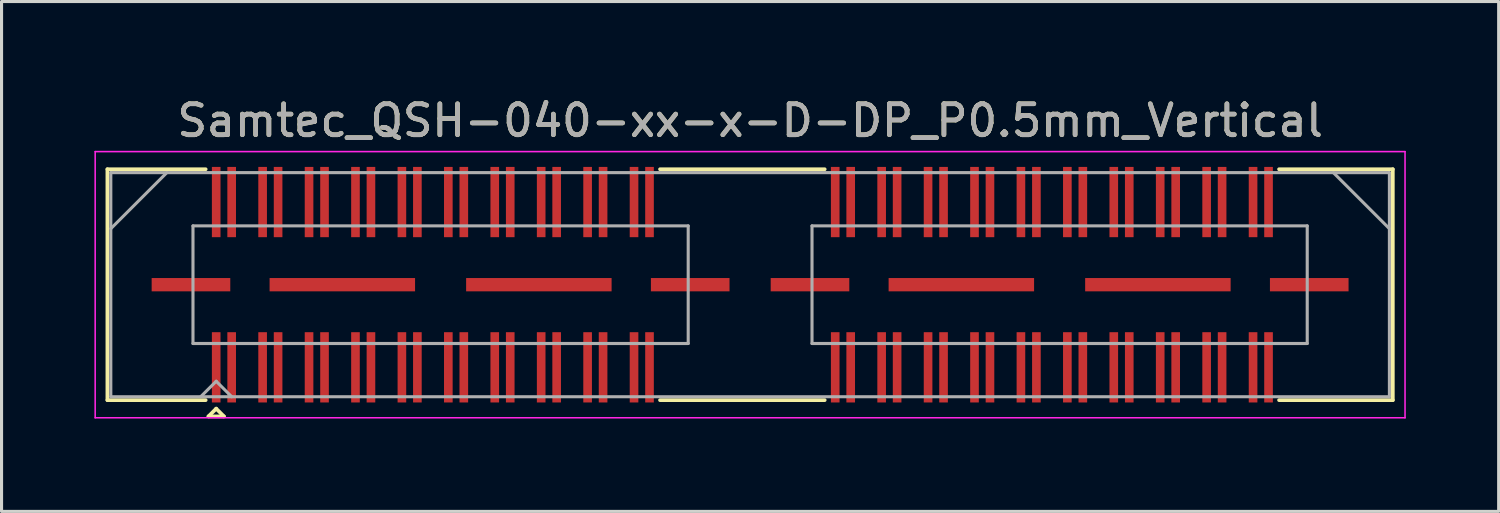
<source format=kicad_pcb>
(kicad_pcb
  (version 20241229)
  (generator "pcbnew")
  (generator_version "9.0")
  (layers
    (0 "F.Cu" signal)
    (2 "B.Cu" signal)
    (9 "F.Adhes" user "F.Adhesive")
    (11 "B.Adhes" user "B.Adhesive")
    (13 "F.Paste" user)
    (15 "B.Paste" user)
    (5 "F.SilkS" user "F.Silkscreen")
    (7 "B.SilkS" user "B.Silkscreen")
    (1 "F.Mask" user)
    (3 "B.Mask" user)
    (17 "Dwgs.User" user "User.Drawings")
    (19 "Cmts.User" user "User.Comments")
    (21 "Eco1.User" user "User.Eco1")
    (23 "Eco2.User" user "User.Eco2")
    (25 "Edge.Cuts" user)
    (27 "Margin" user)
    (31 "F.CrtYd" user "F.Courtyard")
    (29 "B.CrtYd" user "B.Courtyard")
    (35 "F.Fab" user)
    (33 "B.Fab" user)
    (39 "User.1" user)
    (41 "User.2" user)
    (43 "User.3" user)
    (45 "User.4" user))
  (footprint "Samtec_QSH-040-xx-x-D-DP_P0.5mm_Vertical"
    (layer "F.Cu")
    (at 21.185 6.148)
    (property "Reference" "Samtec_QSH-040-xx-x-D-DP_P0.5mm_Vertical" (at 0 -5.3 0) (layer "F.SilkS") (effects (font (size 1 1) (thickness 0.15))))
    (attr smd)
    (fp_line (start -20.765 -3.73) (end -17.59 -3.73) (stroke (width 0.12) (type solid)) (layer "F.SilkS"))
    (fp_line (start -20.765 3.73) (end -20.765 -3.73) (stroke (width 0.12) (type solid)) (layer "F.SilkS"))
    (fp_line (start -17.59 3.73) (end -20.765 3.73) (stroke (width 0.12) (type solid)) (layer "F.SilkS"))
    (fp_line (start -17.5 4.255) (end -17.25 4.005) (stroke (width 0.12) (type solid)) (layer "F.SilkS"))
    (fp_line (start -17.25 4.005) (end -17 4.255) (stroke (width 0.12) (type solid)) (layer "F.SilkS"))
    (fp_line (start -17 4.255) (end -17.5 4.255) (stroke (width 0.12) (type solid)) (layer "F.SilkS"))
    (fp_line (start -2.91 -3.73) (end 2.41 -3.73) (stroke (width 0.12) (type solid)) (layer "F.SilkS"))
    (fp_line (start -2.91 3.73) (end 2.41 3.73) (stroke (width 0.12) (type solid)) (layer "F.SilkS"))
    (fp_line (start 17.09 3.73) (end 20.765 3.73) (stroke (width 0.12) (type solid)) (layer "F.SilkS"))
    (fp_line (start 20.765 -3.73) (end 17.09 -3.73) (stroke (width 0.12) (type solid)) (layer "F.SilkS"))
    (fp_line (start 20.765 3.73) (end 20.765 -3.73) (stroke (width 0.12) (type solid)) (layer "F.SilkS"))
    (fp_line (start -21.16 -4.3) (end -21.16 4.3) (stroke (width 0.05) (type solid)) (layer "F.CrtYd"))
    (fp_line (start -21.16 4.3) (end 21.16 4.3) (stroke (width 0.05) (type solid)) (layer "F.CrtYd"))
    (fp_line (start 21.16 -4.3) (end -21.16 -4.3) (stroke (width 0.05) (type solid)) (layer "F.CrtYd"))
    (fp_line (start 21.16 4.3) (end 21.16 -4.3) (stroke (width 0.05) (type solid)) (layer "F.CrtYd"))
    (fp_line (start -20.655 -3.62) (end -20.655 3.62) (stroke (width 0.1) (type solid)) (layer "F.Fab"))
    (fp_line (start -20.655 -1.81) (end -18.845 -3.62) (stroke (width 0.1) (type solid)) (layer "F.Fab"))
    (fp_line (start -20.655 3.62) (end 20.655 3.62) (stroke (width 0.1) (type solid)) (layer "F.Fab"))
    (fp_line (start -18 -1.9) (end -18 1.9) (stroke (width 0.1) (type solid)) (layer "F.Fab"))
    (fp_line (start -18 1.9) (end -2 1.9) (stroke (width 0.1) (type solid)) (layer "F.Fab"))
    (fp_line (start -17.75 3.62) (end -17.25 3.12) (stroke (width 0.1) (type solid)) (layer "F.Fab"))
    (fp_line (start -17.25 3.12) (end -16.75 3.62) (stroke (width 0.1) (type solid)) (layer "F.Fab"))
    (fp_line (start -2 -1.9) (end -18 -1.9) (stroke (width 0.1) (type solid)) (layer "F.Fab"))
    (fp_line (start -2 1.9) (end -2 -1.9) (stroke (width 0.1) (type solid)) (layer "F.Fab"))
    (fp_line (start 2 -1.9) (end 2 1.9) (stroke (width 0.1) (type solid)) (layer "F.Fab"))
    (fp_line (start 2 1.9) (end 18 1.9) (stroke (width 0.1) (type solid)) (layer "F.Fab"))
    (fp_line (start 18 -1.9) (end 2 -1.9) (stroke (width 0.1) (type solid)) (layer "F.Fab"))
    (fp_line (start 18 1.9) (end 18 -1.9) (stroke (width 0.1) (type solid)) (layer "F.Fab"))
    (fp_line (start 20.655 -3.62) (end -20.655 -3.62) (stroke (width 0.1) (type solid)) (layer "F.Fab"))
    (fp_line (start 20.655 -1.81) (end 18.845 -3.62) (stroke (width 0.1) (type solid)) (layer "F.Fab"))
    (fp_line (start 20.655 3.62) (end 20.655 -3.62) (stroke (width 0.1) (type solid)) (layer "F.Fab"))
    (fp_text user "${REFERENCE}" (at 0 -5.3 0) (layer "F.Fab") (effects (font (size 1 1) (thickness 0.15))))
    (pad "1" smd rect (at -17.25 2.67) (size 0.279 2.27) (layers "F.Cu" "F.Mask" "F.Paste"))
    (pad "2" smd rect (at -17.25 -2.67) (size 0.279 2.27) (layers "F.Cu" "F.Mask" "F.Paste"))
    (pad "3" smd rect (at -16.75 2.67) (size 0.279 2.27) (layers "F.Cu" "F.Mask" "F.Paste"))
    (pad "4" smd rect (at -16.75 -2.67) (size 0.279 2.27) (layers "F.Cu" "F.Mask" "F.Paste"))
    (pad "5" smd rect (at -15.75 2.67) (size 0.279 2.27) (layers "F.Cu" "F.Mask" "F.Paste"))
    (pad "6" smd rect (at -15.75 -2.67) (size 0.279 2.27) (layers "F.Cu" "F.Mask" "F.Paste"))
    (pad "7" smd rect (at -15.25 2.67) (size 0.279 2.27) (layers "F.Cu" "F.Mask" "F.Paste"))
    (pad "8" smd rect (at -15.25 -2.67) (size 0.279 2.27) (layers "F.Cu" "F.Mask" "F.Paste"))
    (pad "9" smd rect (at -14.25 2.67) (size 0.279 2.27) (layers "F.Cu" "F.Mask" "F.Paste"))
    (pad "10" smd rect (at -14.25 -2.67) (size 0.279 2.27) (layers "F.Cu" "F.Mask" "F.Paste"))
    (pad "11" smd rect (at -13.75 2.67) (size 0.279 2.27) (layers "F.Cu" "F.Mask" "F.Paste"))
    (pad "12" smd rect (at -13.75 -2.67) (size 0.279 2.27) (layers "F.Cu" "F.Mask" "F.Paste"))
    (pad "13" smd rect (at -12.75 2.67) (size 0.279 2.27) (layers "F.Cu" "F.Mask" "F.Paste"))
    (pad "14" smd rect (at -12.75 -2.67) (size 0.279 2.27) (layers "F.Cu" "F.Mask" "F.Paste"))
    (pad "15" smd rect (at -12.25 2.67) (size 0.279 2.27) (layers "F.Cu" "F.Mask" "F.Paste"))
    (pad "16" smd rect (at -12.25 -2.67) (size 0.279 2.27) (layers "F.Cu" "F.Mask" "F.Paste"))
    (pad "17" smd rect (at -11.25 2.67) (size 0.279 2.27) (layers "F.Cu" "F.Mask" "F.Paste"))
    (pad "18" smd rect (at -11.25 -2.67) (size 0.279 2.27) (layers "F.Cu" "F.Mask" "F.Paste"))
    (pad "19" smd rect (at -10.75 2.67) (size 0.279 2.27) (layers "F.Cu" "F.Mask" "F.Paste"))
    (pad "20" smd rect (at -10.75 -2.67) (size 0.279 2.27) (layers "F.Cu" "F.Mask" "F.Paste"))
    (pad "21" smd rect (at -9.75 2.67) (size 0.279 2.27) (layers "F.Cu" "F.Mask" "F.Paste"))
    (pad "22" smd rect (at -9.75 -2.67) (size 0.279 2.27) (layers "F.Cu" "F.Mask" "F.Paste"))
    (pad "23" smd rect (at -9.25 2.67) (size 0.279 2.27) (layers "F.Cu" "F.Mask" "F.Paste"))
    (pad "24" smd rect (at -9.25 -2.67) (size 0.279 2.27) (layers "F.Cu" "F.Mask" "F.Paste"))
    (pad "25" smd rect (at -8.25 2.67) (size 0.279 2.27) (layers "F.Cu" "F.Mask" "F.Paste"))
    (pad "26" smd rect (at -8.25 -2.67) (size 0.279 2.27) (layers "F.Cu" "F.Mask" "F.Paste"))
    (pad "27" smd rect (at -7.75 2.67) (size 0.279 2.27) (layers "F.Cu" "F.Mask" "F.Paste"))
    (pad "28" smd rect (at -7.75 -2.67) (size 0.279 2.27) (layers "F.Cu" "F.Mask" "F.Paste"))
    (pad "29" smd rect (at -6.75 2.67) (size 0.279 2.27) (layers "F.Cu" "F.Mask" "F.Paste"))
    (pad "30" smd rect (at -6.75 -2.67) (size 0.279 2.27) (layers "F.Cu" "F.Mask" "F.Paste"))
    (pad "31" smd rect (at -6.25 2.67) (size 0.279 2.27) (layers "F.Cu" "F.Mask" "F.Paste"))
    (pad "32" smd rect (at -6.25 -2.67) (size 0.279 2.27) (layers "F.Cu" "F.Mask" "F.Paste"))
    (pad "33" smd rect (at -5.25 2.67) (size 0.279 2.27) (layers "F.Cu" "F.Mask" "F.Paste"))
    (pad "34" smd rect (at -5.25 -2.67) (size 0.279 2.27) (layers "F.Cu" "F.Mask" "F.Paste"))
    (pad "35" smd rect (at -4.75 2.67) (size 0.279 2.27) (layers "F.Cu" "F.Mask" "F.Paste"))
    (pad "36" smd rect (at -4.75 -2.67) (size 0.279 2.27) (layers "F.Cu" "F.Mask" "F.Paste"))
    (pad "37" smd rect (at -3.75 2.67) (size 0.279 2.27) (layers "F.Cu" "F.Mask" "F.Paste"))
    (pad "38" smd rect (at -3.75 -2.67) (size 0.279 2.27) (layers "F.Cu" "F.Mask" "F.Paste"))
    (pad "39" smd rect (at -3.25 2.67) (size 0.279 2.27) (layers "F.Cu" "F.Mask" "F.Paste"))
    (pad "40" smd rect (at -3.25 -2.67) (size 0.279 2.27) (layers "F.Cu" "F.Mask" "F.Paste"))
    (pad "41" smd rect (at 2.75 2.67) (size 0.279 2.27) (layers "F.Cu" "F.Mask" "F.Paste"))
    (pad "42" smd rect (at 2.75 -2.67) (size 0.279 2.27) (layers "F.Cu" "F.Mask" "F.Paste"))
    (pad "43" smd rect (at 3.25 2.67) (size 0.279 2.27) (layers "F.Cu" "F.Mask" "F.Paste"))
    (pad "44" smd rect (at 3.25 -2.67) (size 0.279 2.27) (layers "F.Cu" "F.Mask" "F.Paste"))
    (pad "45" smd rect (at 4.25 2.67) (size 0.279 2.27) (layers "F.Cu" "F.Mask" "F.Paste"))
    (pad "46" smd rect (at 4.25 -2.67) (size 0.279 2.27) (layers "F.Cu" "F.Mask" "F.Paste"))
    (pad "47" smd rect (at 4.75 2.67) (size 0.279 2.27) (layers "F.Cu" "F.Mask" "F.Paste"))
    (pad "48" smd rect (at 4.75 -2.67) (size 0.279 2.27) (layers "F.Cu" "F.Mask" "F.Paste"))
    (pad "49" smd rect (at 5.75 2.67) (size 0.279 2.27) (layers "F.Cu" "F.Mask" "F.Paste"))
    (pad "50" smd rect (at 5.75 -2.67) (size 0.279 2.27) (layers "F.Cu" "F.Mask" "F.Paste"))
    (pad "51" smd rect (at 6.25 2.67) (size 0.279 2.27) (layers "F.Cu" "F.Mask" "F.Paste"))
    (pad "52" smd rect (at 6.25 -2.67) (size 0.279 2.27) (layers "F.Cu" "F.Mask" "F.Paste"))
    (pad "53" smd rect (at 7.25 2.67) (size 0.279 2.27) (layers "F.Cu" "F.Mask" "F.Paste"))
    (pad "54" smd rect (at 7.25 -2.67) (size 0.279 2.27) (layers "F.Cu" "F.Mask" "F.Paste"))
    (pad "55" smd rect (at 7.75 2.67) (size 0.279 2.27) (layers "F.Cu" "F.Mask" "F.Paste"))
    (pad "56" smd rect (at 7.75 -2.67) (size 0.279 2.27) (layers "F.Cu" "F.Mask" "F.Paste"))
    (pad "57" smd rect (at 8.75 2.67) (size 0.279 2.27) (layers "F.Cu" "F.Mask" "F.Paste"))
    (pad "58" smd rect (at 8.75 -2.67) (size 0.279 2.27) (layers "F.Cu" "F.Mask" "F.Paste"))
    (pad "59" smd rect (at 9.25 2.67) (size 0.279 2.27) (layers "F.Cu" "F.Mask" "F.Paste"))
    (pad "60" smd rect (at 9.25 -2.67) (size 0.279 2.27) (layers "F.Cu" "F.Mask" "F.Paste"))
    (pad "61" smd rect (at 10.25 2.67) (size 0.279 2.27) (layers "F.Cu" "F.Mask" "F.Paste"))
    (pad "62" smd rect (at 10.25 -2.67) (size 0.279 2.27) (layers "F.Cu" "F.Mask" "F.Paste"))
    (pad "63" smd rect (at 10.75 2.67) (size 0.279 2.27) (layers "F.Cu" "F.Mask" "F.Paste"))
    (pad "64" smd rect (at 10.75 -2.67) (size 0.279 2.27) (layers "F.Cu" "F.Mask" "F.Paste"))
    (pad "65" smd rect (at 11.75 2.67) (size 0.279 2.27) (layers "F.Cu" "F.Mask" "F.Paste"))
    (pad "66" smd rect (at 11.75 -2.67) (size 0.279 2.27) (layers "F.Cu" "F.Mask" "F.Paste"))
    (pad "67" smd rect (at 12.25 2.67) (size 0.279 2.27) (layers "F.Cu" "F.Mask" "F.Paste"))
    (pad "68" smd rect (at 12.25 -2.67) (size 0.279 2.27) (layers "F.Cu" "F.Mask" "F.Paste"))
    (pad "69" smd rect (at 13.25 2.67) (size 0.279 2.27) (layers "F.Cu" "F.Mask" "F.Paste"))
    (pad "70" smd rect (at 13.25 -2.67) (size 0.279 2.27) (layers "F.Cu" "F.Mask" "F.Paste"))
    (pad "71" smd rect (at 13.75 2.67) (size 0.279 2.27) (layers "F.Cu" "F.Mask" "F.Paste"))
    (pad "72" smd rect (at 13.75 -2.67) (size 0.279 2.27) (layers "F.Cu" "F.Mask" "F.Paste"))
    (pad "73" smd rect (at 14.75 2.67) (size 0.279 2.27) (layers "F.Cu" "F.Mask" "F.Paste"))
    (pad "74" smd rect (at 14.75 -2.67) (size 0.279 2.27) (layers "F.Cu" "F.Mask" "F.Paste"))
    (pad "75" smd rect (at 15.25 2.67) (size 0.279 2.27) (layers "F.Cu" "F.Mask" "F.Paste"))
    (pad "76" smd rect (at 15.25 -2.67) (size 0.279 2.27) (layers "F.Cu" "F.Mask" "F.Paste"))
    (pad "77" smd rect (at 16.25 2.67) (size 0.279 2.27) (layers "F.Cu" "F.Mask" "F.Paste"))
    (pad "78" smd rect (at 16.25 -2.67) (size 0.279 2.27) (layers "F.Cu" "F.Mask" "F.Paste"))
    (pad "79" smd rect (at 16.75 2.67) (size 0.279 2.27) (layers "F.Cu" "F.Mask" "F.Paste"))
    (pad "80" smd rect (at 16.75 -2.67) (size 0.279 2.27) (layers "F.Cu" "F.Mask" "F.Paste"))
    (pad "P1" smd rect (at -18.065 0) (size 2.54 0.43) (layers "F.Cu" "F.Mask" "F.Paste"))
    (pad "P1" smd rect (at -13.175 0) (size 4.7 0.43) (layers "F.Cu" "F.Mask" "F.Paste"))
    (pad "P1" smd rect (at -6.825 0) (size 4.7 0.43) (layers "F.Cu" "F.Mask" "F.Paste"))
    (pad "P1" smd rect (at -1.935 0) (size 2.54 0.43) (layers "F.Cu" "F.Mask" "F.Paste"))
    (pad "P2" smd rect (at 1.935 0) (size 2.54 0.43) (layers "F.Cu" "F.Mask" "F.Paste"))
    (pad "P2" smd rect (at 6.825 0) (size 4.7 0.43) (layers "F.Cu" "F.Mask" "F.Paste"))
    (pad "P2" smd rect (at 13.175 0) (size 4.7 0.43) (layers "F.Cu" "F.Mask" "F.Paste"))
    (pad "P2" smd rect (at 18.065 0) (size 2.54 0.43) (layers "F.Cu" "F.Mask" "F.Paste")))
  (gr_rect
    (start -3 -3)
    (end 45.37 13.473)
    (stroke (width 0.1) (type default))
    (fill no)
    (layer "Edge.Cuts")))
</source>
